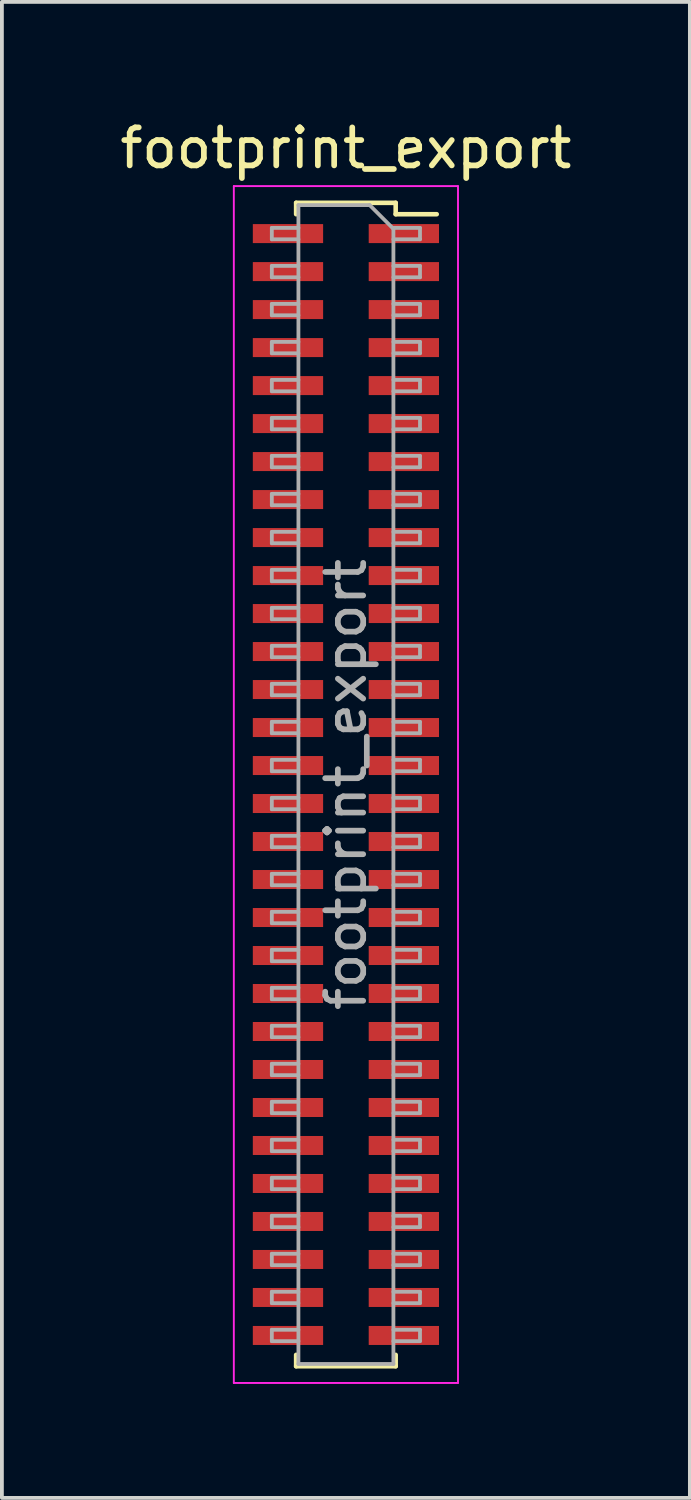
<source format=kicad_pcb>
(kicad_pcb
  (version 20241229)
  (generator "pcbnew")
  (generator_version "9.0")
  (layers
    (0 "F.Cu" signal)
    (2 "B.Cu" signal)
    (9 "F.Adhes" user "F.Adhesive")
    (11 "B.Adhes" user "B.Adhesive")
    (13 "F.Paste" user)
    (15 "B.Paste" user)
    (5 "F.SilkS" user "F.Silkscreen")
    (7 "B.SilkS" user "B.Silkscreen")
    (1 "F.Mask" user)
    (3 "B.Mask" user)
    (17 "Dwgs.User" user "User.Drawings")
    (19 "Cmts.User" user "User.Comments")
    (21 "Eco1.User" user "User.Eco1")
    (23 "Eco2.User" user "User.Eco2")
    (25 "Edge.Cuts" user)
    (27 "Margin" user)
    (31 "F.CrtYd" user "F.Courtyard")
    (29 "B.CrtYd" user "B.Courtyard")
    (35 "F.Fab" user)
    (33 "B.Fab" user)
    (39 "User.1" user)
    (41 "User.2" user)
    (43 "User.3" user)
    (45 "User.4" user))
  (footprint "footprint_export"
    (layer "F.Cu")
    (at 6.054 17.598)
    (property "Reference" "footprint_export" (at 0 -16.75 0) (layer "F.SilkS") (effects (font (size 1 1) (thickness 0.15))))
    (attr smd)
    (fp_line (start -1.31 -15.31) (end -1.31 -15.01) (stroke (width 0.12) (type solid)) (layer "F.SilkS"))
    (fp_line (start -1.31 -15.31) (end 1.31 -15.31) (stroke (width 0.12) (type solid)) (layer "F.SilkS"))
    (fp_line (start -1.31 15.01) (end -1.31 15.31) (stroke (width 0.12) (type solid)) (layer "F.SilkS"))
    (fp_line (start -1.31 15.31) (end 1.31 15.31) (stroke (width 0.12) (type solid)) (layer "F.SilkS"))
    (fp_line (start 1.31 -15.31) (end 1.31 -15.01) (stroke (width 0.12) (type solid)) (layer "F.SilkS"))
    (fp_line (start 1.31 -15.01) (end 2.39 -15.01) (stroke (width 0.12) (type solid)) (layer "F.SilkS"))
    (fp_line (start 1.31 15.01) (end 1.31 15.31) (stroke (width 0.12) (type solid)) (layer "F.SilkS"))
    (fp_line (start -2.95 -15.75) (end 2.95 -15.75) (stroke (width 0.05) (type solid)) (layer "F.CrtYd"))
    (fp_line (start -2.95 15.75) (end -2.95 -15.75) (stroke (width 0.05) (type solid)) (layer "F.CrtYd"))
    (fp_line (start 2.95 -15.75) (end 2.95 15.75) (stroke (width 0.05) (type solid)) (layer "F.CrtYd"))
    (fp_line (start 2.95 15.75) (end -2.95 15.75) (stroke (width 0.05) (type solid)) (layer "F.CrtYd"))
    (fp_line (start -1.95 -14.65) (end -1.25 -14.65) (stroke (width 0.1) (type solid)) (layer "F.Fab"))
    (fp_line (start -1.95 -14.35) (end -1.95 -14.65) (stroke (width 0.1) (type solid)) (layer "F.Fab"))
    (fp_line (start -1.95 -13.65) (end -1.25 -13.65) (stroke (width 0.1) (type solid)) (layer "F.Fab"))
    (fp_line (start -1.95 -13.35) (end -1.95 -13.65) (stroke (width 0.1) (type solid)) (layer "F.Fab"))
    (fp_line (start -1.95 -12.65) (end -1.25 -12.65) (stroke (width 0.1) (type solid)) (layer "F.Fab"))
    (fp_line (start -1.95 -12.35) (end -1.95 -12.65) (stroke (width 0.1) (type solid)) (layer "F.Fab"))
    (fp_line (start -1.95 -11.65) (end -1.25 -11.65) (stroke (width 0.1) (type solid)) (layer "F.Fab"))
    (fp_line (start -1.95 -11.35) (end -1.95 -11.65) (stroke (width 0.1) (type solid)) (layer "F.Fab"))
    (fp_line (start -1.95 -10.65) (end -1.25 -10.65) (stroke (width 0.1) (type solid)) (layer "F.Fab"))
    (fp_line (start -1.95 -10.35) (end -1.95 -10.65) (stroke (width 0.1) (type solid)) (layer "F.Fab"))
    (fp_line (start -1.95 -9.65) (end -1.25 -9.65) (stroke (width 0.1) (type solid)) (layer "F.Fab"))
    (fp_line (start -1.95 -9.35) (end -1.95 -9.65) (stroke (width 0.1) (type solid)) (layer "F.Fab"))
    (fp_line (start -1.95 -8.65) (end -1.25 -8.65) (stroke (width 0.1) (type solid)) (layer "F.Fab"))
    (fp_line (start -1.95 -8.35) (end -1.95 -8.65) (stroke (width 0.1) (type solid)) (layer "F.Fab"))
    (fp_line (start -1.95 -7.65) (end -1.25 -7.65) (stroke (width 0.1) (type solid)) (layer "F.Fab"))
    (fp_line (start -1.95 -7.35) (end -1.95 -7.65) (stroke (width 0.1) (type solid)) (layer "F.Fab"))
    (fp_line (start -1.95 -6.65) (end -1.25 -6.65) (stroke (width 0.1) (type solid)) (layer "F.Fab"))
    (fp_line (start -1.95 -6.35) (end -1.95 -6.65) (stroke (width 0.1) (type solid)) (layer "F.Fab"))
    (fp_line (start -1.95 -5.65) (end -1.25 -5.65) (stroke (width 0.1) (type solid)) (layer "F.Fab"))
    (fp_line (start -1.95 -5.35) (end -1.95 -5.65) (stroke (width 0.1) (type solid)) (layer "F.Fab"))
    (fp_line (start -1.95 -4.65) (end -1.25 -4.65) (stroke (width 0.1) (type solid)) (layer "F.Fab"))
    (fp_line (start -1.95 -4.35) (end -1.95 -4.65) (stroke (width 0.1) (type solid)) (layer "F.Fab"))
    (fp_line (start -1.95 -3.65) (end -1.25 -3.65) (stroke (width 0.1) (type solid)) (layer "F.Fab"))
    (fp_line (start -1.95 -3.35) (end -1.95 -3.65) (stroke (width 0.1) (type solid)) (layer "F.Fab"))
    (fp_line (start -1.95 -2.65) (end -1.25 -2.65) (stroke (width 0.1) (type solid)) (layer "F.Fab"))
    (fp_line (start -1.95 -2.35) (end -1.95 -2.65) (stroke (width 0.1) (type solid)) (layer "F.Fab"))
    (fp_line (start -1.95 -1.65) (end -1.25 -1.65) (stroke (width 0.1) (type solid)) (layer "F.Fab"))
    (fp_line (start -1.95 -1.35) (end -1.95 -1.65) (stroke (width 0.1) (type solid)) (layer "F.Fab"))
    (fp_line (start -1.95 -0.65) (end -1.25 -0.65) (stroke (width 0.1) (type solid)) (layer "F.Fab"))
    (fp_line (start -1.95 -0.35) (end -1.95 -0.65) (stroke (width 0.1) (type solid)) (layer "F.Fab"))
    (fp_line (start -1.95 0.35) (end -1.25 0.35) (stroke (width 0.1) (type solid)) (layer "F.Fab"))
    (fp_line (start -1.95 0.65) (end -1.95 0.35) (stroke (width 0.1) (type solid)) (layer "F.Fab"))
    (fp_line (start -1.95 1.35) (end -1.25 1.35) (stroke (width 0.1) (type solid)) (layer "F.Fab"))
    (fp_line (start -1.95 1.65) (end -1.95 1.35) (stroke (width 0.1) (type solid)) (layer "F.Fab"))
    (fp_line (start -1.95 2.35) (end -1.25 2.35) (stroke (width 0.1) (type solid)) (layer "F.Fab"))
    (fp_line (start -1.95 2.65) (end -1.95 2.35) (stroke (width 0.1) (type solid)) (layer "F.Fab"))
    (fp_line (start -1.95 3.35) (end -1.25 3.35) (stroke (width 0.1) (type solid)) (layer "F.Fab"))
    (fp_line (start -1.95 3.65) (end -1.95 3.35) (stroke (width 0.1) (type solid)) (layer "F.Fab"))
    (fp_line (start -1.95 4.35) (end -1.25 4.35) (stroke (width 0.1) (type solid)) (layer "F.Fab"))
    (fp_line (start -1.95 4.65) (end -1.95 4.35) (stroke (width 0.1) (type solid)) (layer "F.Fab"))
    (fp_line (start -1.95 5.35) (end -1.25 5.35) (stroke (width 0.1) (type solid)) (layer "F.Fab"))
    (fp_line (start -1.95 5.65) (end -1.95 5.35) (stroke (width 0.1) (type solid)) (layer "F.Fab"))
    (fp_line (start -1.95 6.35) (end -1.25 6.35) (stroke (width 0.1) (type solid)) (layer "F.Fab"))
    (fp_line (start -1.95 6.65) (end -1.95 6.35) (stroke (width 0.1) (type solid)) (layer "F.Fab"))
    (fp_line (start -1.95 7.35) (end -1.25 7.35) (stroke (width 0.1) (type solid)) (layer "F.Fab"))
    (fp_line (start -1.95 7.65) (end -1.95 7.35) (stroke (width 0.1) (type solid)) (layer "F.Fab"))
    (fp_line (start -1.95 8.35) (end -1.25 8.35) (stroke (width 0.1) (type solid)) (layer "F.Fab"))
    (fp_line (start -1.95 8.65) (end -1.95 8.35) (stroke (width 0.1) (type solid)) (layer "F.Fab"))
    (fp_line (start -1.95 9.35) (end -1.25 9.35) (stroke (width 0.1) (type solid)) (layer "F.Fab"))
    (fp_line (start -1.95 9.65) (end -1.95 9.35) (stroke (width 0.1) (type solid)) (layer "F.Fab"))
    (fp_line (start -1.95 10.35) (end -1.25 10.35) (stroke (width 0.1) (type solid)) (layer "F.Fab"))
    (fp_line (start -1.95 10.65) (end -1.95 10.35) (stroke (width 0.1) (type solid)) (layer "F.Fab"))
    (fp_line (start -1.95 11.35) (end -1.25 11.35) (stroke (width 0.1) (type solid)) (layer "F.Fab"))
    (fp_line (start -1.95 11.65) (end -1.95 11.35) (stroke (width 0.1) (type solid)) (layer "F.Fab"))
    (fp_line (start -1.95 12.35) (end -1.25 12.35) (stroke (width 0.1) (type solid)) (layer "F.Fab"))
    (fp_line (start -1.95 12.65) (end -1.95 12.35) (stroke (width 0.1) (type solid)) (layer "F.Fab"))
    (fp_line (start -1.95 13.35) (end -1.25 13.35) (stroke (width 0.1) (type solid)) (layer "F.Fab"))
    (fp_line (start -1.95 13.65) (end -1.95 13.35) (stroke (width 0.1) (type solid)) (layer "F.Fab"))
    (fp_line (start -1.95 14.35) (end -1.25 14.35) (stroke (width 0.1) (type solid)) (layer "F.Fab"))
    (fp_line (start -1.95 14.65) (end -1.95 14.35) (stroke (width 0.1) (type solid)) (layer "F.Fab"))
    (fp_line (start -1.25 -15.25) (end 0.625 -15.25) (stroke (width 0.1) (type solid)) (layer "F.Fab"))
    (fp_line (start -1.25 -14.35) (end -1.95 -14.35) (stroke (width 0.1) (type solid)) (layer "F.Fab"))
    (fp_line (start -1.25 -13.35) (end -1.95 -13.35) (stroke (width 0.1) (type solid)) (layer "F.Fab"))
    (fp_line (start -1.25 -12.35) (end -1.95 -12.35) (stroke (width 0.1) (type solid)) (layer "F.Fab"))
    (fp_line (start -1.25 -11.35) (end -1.95 -11.35) (stroke (width 0.1) (type solid)) (layer "F.Fab"))
    (fp_line (start -1.25 -10.35) (end -1.95 -10.35) (stroke (width 0.1) (type solid)) (layer "F.Fab"))
    (fp_line (start -1.25 -9.35) (end -1.95 -9.35) (stroke (width 0.1) (type solid)) (layer "F.Fab"))
    (fp_line (start -1.25 -8.35) (end -1.95 -8.35) (stroke (width 0.1) (type solid)) (layer "F.Fab"))
    (fp_line (start -1.25 -7.35) (end -1.95 -7.35) (stroke (width 0.1) (type solid)) (layer "F.Fab"))
    (fp_line (start -1.25 -6.35) (end -1.95 -6.35) (stroke (width 0.1) (type solid)) (layer "F.Fab"))
    (fp_line (start -1.25 -5.35) (end -1.95 -5.35) (stroke (width 0.1) (type solid)) (layer "F.Fab"))
    (fp_line (start -1.25 -4.35) (end -1.95 -4.35) (stroke (width 0.1) (type solid)) (layer "F.Fab"))
    (fp_line (start -1.25 -3.35) (end -1.95 -3.35) (stroke (width 0.1) (type solid)) (layer "F.Fab"))
    (fp_line (start -1.25 -2.35) (end -1.95 -2.35) (stroke (width 0.1) (type solid)) (layer "F.Fab"))
    (fp_line (start -1.25 -1.35) (end -1.95 -1.35) (stroke (width 0.1) (type solid)) (layer "F.Fab"))
    (fp_line (start -1.25 -0.35) (end -1.95 -0.35) (stroke (width 0.1) (type solid)) (layer "F.Fab"))
    (fp_line (start -1.25 0.65) (end -1.95 0.65) (stroke (width 0.1) (type solid)) (layer "F.Fab"))
    (fp_line (start -1.25 1.65) (end -1.95 1.65) (stroke (width 0.1) (type solid)) (layer "F.Fab"))
    (fp_line (start -1.25 2.65) (end -1.95 2.65) (stroke (width 0.1) (type solid)) (layer "F.Fab"))
    (fp_line (start -1.25 3.65) (end -1.95 3.65) (stroke (width 0.1) (type solid)) (layer "F.Fab"))
    (fp_line (start -1.25 4.65) (end -1.95 4.65) (stroke (width 0.1) (type solid)) (layer "F.Fab"))
    (fp_line (start -1.25 5.65) (end -1.95 5.65) (stroke (width 0.1) (type solid)) (layer "F.Fab"))
    (fp_line (start -1.25 6.65) (end -1.95 6.65) (stroke (width 0.1) (type solid)) (layer "F.Fab"))
    (fp_line (start -1.25 7.65) (end -1.95 7.65) (stroke (width 0.1) (type solid)) (layer "F.Fab"))
    (fp_line (start -1.25 8.65) (end -1.95 8.65) (stroke (width 0.1) (type solid)) (layer "F.Fab"))
    (fp_line (start -1.25 9.65) (end -1.95 9.65) (stroke (width 0.1) (type solid)) (layer "F.Fab"))
    (fp_line (start -1.25 10.65) (end -1.95 10.65) (stroke (width 0.1) (type solid)) (layer "F.Fab"))
    (fp_line (start -1.25 11.65) (end -1.95 11.65) (stroke (width 0.1) (type solid)) (layer "F.Fab"))
    (fp_line (start -1.25 12.65) (end -1.95 12.65) (stroke (width 0.1) (type solid)) (layer "F.Fab"))
    (fp_line (start -1.25 13.65) (end -1.95 13.65) (stroke (width 0.1) (type solid)) (layer "F.Fab"))
    (fp_line (start -1.25 14.65) (end -1.95 14.65) (stroke (width 0.1) (type solid)) (layer "F.Fab"))
    (fp_line (start -1.25 15.25) (end -1.25 -15.25) (stroke (width 0.1) (type solid)) (layer "F.Fab"))
    (fp_line (start 0.625 -15.25) (end 1.25 -14.625) (stroke (width 0.1) (type solid)) (layer "F.Fab"))
    (fp_line (start 1.25 -14.65) (end 1.95 -14.65) (stroke (width 0.1) (type solid)) (layer "F.Fab"))
    (fp_line (start 1.25 -14.625) (end 1.25 15.25) (stroke (width 0.1) (type solid)) (layer "F.Fab"))
    (fp_line (start 1.25 -13.65) (end 1.95 -13.65) (stroke (width 0.1) (type solid)) (layer "F.Fab"))
    (fp_line (start 1.25 -12.65) (end 1.95 -12.65) (stroke (width 0.1) (type solid)) (layer "F.Fab"))
    (fp_line (start 1.25 -11.65) (end 1.95 -11.65) (stroke (width 0.1) (type solid)) (layer "F.Fab"))
    (fp_line (start 1.25 -10.65) (end 1.95 -10.65) (stroke (width 0.1) (type solid)) (layer "F.Fab"))
    (fp_line (start 1.25 -9.65) (end 1.95 -9.65) (stroke (width 0.1) (type solid)) (layer "F.Fab"))
    (fp_line (start 1.25 -8.65) (end 1.95 -8.65) (stroke (width 0.1) (type solid)) (layer "F.Fab"))
    (fp_line (start 1.25 -7.65) (end 1.95 -7.65) (stroke (width 0.1) (type solid)) (layer "F.Fab"))
    (fp_line (start 1.25 -6.65) (end 1.95 -6.65) (stroke (width 0.1) (type solid)) (layer "F.Fab"))
    (fp_line (start 1.25 -5.65) (end 1.95 -5.65) (stroke (width 0.1) (type solid)) (layer "F.Fab"))
    (fp_line (start 1.25 -4.65) (end 1.95 -4.65) (stroke (width 0.1) (type solid)) (layer "F.Fab"))
    (fp_line (start 1.25 -3.65) (end 1.95 -3.65) (stroke (width 0.1) (type solid)) (layer "F.Fab"))
    (fp_line (start 1.25 -2.65) (end 1.95 -2.65) (stroke (width 0.1) (type solid)) (layer "F.Fab"))
    (fp_line (start 1.25 -1.65) (end 1.95 -1.65) (stroke (width 0.1) (type solid)) (layer "F.Fab"))
    (fp_line (start 1.25 -0.65) (end 1.95 -0.65) (stroke (width 0.1) (type solid)) (layer "F.Fab"))
    (fp_line (start 1.25 0.35) (end 1.95 0.35) (stroke (width 0.1) (type solid)) (layer "F.Fab"))
    (fp_line (start 1.25 1.35) (end 1.95 1.35) (stroke (width 0.1) (type solid)) (layer "F.Fab"))
    (fp_line (start 1.25 2.35) (end 1.95 2.35) (stroke (width 0.1) (type solid)) (layer "F.Fab"))
    (fp_line (start 1.25 3.35) (end 1.95 3.35) (stroke (width 0.1) (type solid)) (layer "F.Fab"))
    (fp_line (start 1.25 4.35) (end 1.95 4.35) (stroke (width 0.1) (type solid)) (layer "F.Fab"))
    (fp_line (start 1.25 5.35) (end 1.95 5.35) (stroke (width 0.1) (type solid)) (layer "F.Fab"))
    (fp_line (start 1.25 6.35) (end 1.95 6.35) (stroke (width 0.1) (type solid)) (layer "F.Fab"))
    (fp_line (start 1.25 7.35) (end 1.95 7.35) (stroke (width 0.1) (type solid)) (layer "F.Fab"))
    (fp_line (start 1.25 8.35) (end 1.95 8.35) (stroke (width 0.1) (type solid)) (layer "F.Fab"))
    (fp_line (start 1.25 9.35) (end 1.95 9.35) (stroke (width 0.1) (type solid)) (layer "F.Fab"))
    (fp_line (start 1.25 10.35) (end 1.95 10.35) (stroke (width 0.1) (type solid)) (layer "F.Fab"))
    (fp_line (start 1.25 11.35) (end 1.95 11.35) (stroke (width 0.1) (type solid)) (layer "F.Fab"))
    (fp_line (start 1.25 12.35) (end 1.95 12.35) (stroke (width 0.1) (type solid)) (layer "F.Fab"))
    (fp_line (start 1.25 13.35) (end 1.95 13.35) (stroke (width 0.1) (type solid)) (layer "F.Fab"))
    (fp_line (start 1.25 14.35) (end 1.95 14.35) (stroke (width 0.1) (type solid)) (layer "F.Fab"))
    (fp_line (start 1.25 15.25) (end -1.25 15.25) (stroke (width 0.1) (type solid)) (layer "F.Fab"))
    (fp_line (start 1.95 -14.65) (end 1.95 -14.35) (stroke (width 0.1) (type solid)) (layer "F.Fab"))
    (fp_line (start 1.95 -14.35) (end 1.25 -14.35) (stroke (width 0.1) (type solid)) (layer "F.Fab"))
    (fp_line (start 1.95 -13.65) (end 1.95 -13.35) (stroke (width 0.1) (type solid)) (layer "F.Fab"))
    (fp_line (start 1.95 -13.35) (end 1.25 -13.35) (stroke (width 0.1) (type solid)) (layer "F.Fab"))
    (fp_line (start 1.95 -12.65) (end 1.95 -12.35) (stroke (width 0.1) (type solid)) (layer "F.Fab"))
    (fp_line (start 1.95 -12.35) (end 1.25 -12.35) (stroke (width 0.1) (type solid)) (layer "F.Fab"))
    (fp_line (start 1.95 -11.65) (end 1.95 -11.35) (stroke (width 0.1) (type solid)) (layer "F.Fab"))
    (fp_line (start 1.95 -11.35) (end 1.25 -11.35) (stroke (width 0.1) (type solid)) (layer "F.Fab"))
    (fp_line (start 1.95 -10.65) (end 1.95 -10.35) (stroke (width 0.1) (type solid)) (layer "F.Fab"))
    (fp_line (start 1.95 -10.35) (end 1.25 -10.35) (stroke (width 0.1) (type solid)) (layer "F.Fab"))
    (fp_line (start 1.95 -9.65) (end 1.95 -9.35) (stroke (width 0.1) (type solid)) (layer "F.Fab"))
    (fp_line (start 1.95 -9.35) (end 1.25 -9.35) (stroke (width 0.1) (type solid)) (layer "F.Fab"))
    (fp_line (start 1.95 -8.65) (end 1.95 -8.35) (stroke (width 0.1) (type solid)) (layer "F.Fab"))
    (fp_line (start 1.95 -8.35) (end 1.25 -8.35) (stroke (width 0.1) (type solid)) (layer "F.Fab"))
    (fp_line (start 1.95 -7.65) (end 1.95 -7.35) (stroke (width 0.1) (type solid)) (layer "F.Fab"))
    (fp_line (start 1.95 -7.35) (end 1.25 -7.35) (stroke (width 0.1) (type solid)) (layer "F.Fab"))
    (fp_line (start 1.95 -6.65) (end 1.95 -6.35) (stroke (width 0.1) (type solid)) (layer "F.Fab"))
    (fp_line (start 1.95 -6.35) (end 1.25 -6.35) (stroke (width 0.1) (type solid)) (layer "F.Fab"))
    (fp_line (start 1.95 -5.65) (end 1.95 -5.35) (stroke (width 0.1) (type solid)) (layer "F.Fab"))
    (fp_line (start 1.95 -5.35) (end 1.25 -5.35) (stroke (width 0.1) (type solid)) (layer "F.Fab"))
    (fp_line (start 1.95 -4.65) (end 1.95 -4.35) (stroke (width 0.1) (type solid)) (layer "F.Fab"))
    (fp_line (start 1.95 -4.35) (end 1.25 -4.35) (stroke (width 0.1) (type solid)) (layer "F.Fab"))
    (fp_line (start 1.95 -3.65) (end 1.95 -3.35) (stroke (width 0.1) (type solid)) (layer "F.Fab"))
    (fp_line (start 1.95 -3.35) (end 1.25 -3.35) (stroke (width 0.1) (type solid)) (layer "F.Fab"))
    (fp_line (start 1.95 -2.65) (end 1.95 -2.35) (stroke (width 0.1) (type solid)) (layer "F.Fab"))
    (fp_line (start 1.95 -2.35) (end 1.25 -2.35) (stroke (width 0.1) (type solid)) (layer "F.Fab"))
    (fp_line (start 1.95 -1.65) (end 1.95 -1.35) (stroke (width 0.1) (type solid)) (layer "F.Fab"))
    (fp_line (start 1.95 -1.35) (end 1.25 -1.35) (stroke (width 0.1) (type solid)) (layer "F.Fab"))
    (fp_line (start 1.95 -0.65) (end 1.95 -0.35) (stroke (width 0.1) (type solid)) (layer "F.Fab"))
    (fp_line (start 1.95 -0.35) (end 1.25 -0.35) (stroke (width 0.1) (type solid)) (layer "F.Fab"))
    (fp_line (start 1.95 0.35) (end 1.95 0.65) (stroke (width 0.1) (type solid)) (layer "F.Fab"))
    (fp_line (start 1.95 0.65) (end 1.25 0.65) (stroke (width 0.1) (type solid)) (layer "F.Fab"))
    (fp_line (start 1.95 1.35) (end 1.95 1.65) (stroke (width 0.1) (type solid)) (layer "F.Fab"))
    (fp_line (start 1.95 1.65) (end 1.25 1.65) (stroke (width 0.1) (type solid)) (layer "F.Fab"))
    (fp_line (start 1.95 2.35) (end 1.95 2.65) (stroke (width 0.1) (type solid)) (layer "F.Fab"))
    (fp_line (start 1.95 2.65) (end 1.25 2.65) (stroke (width 0.1) (type solid)) (layer "F.Fab"))
    (fp_line (start 1.95 3.35) (end 1.95 3.65) (stroke (width 0.1) (type solid)) (layer "F.Fab"))
    (fp_line (start 1.95 3.65) (end 1.25 3.65) (stroke (width 0.1) (type solid)) (layer "F.Fab"))
    (fp_line (start 1.95 4.35) (end 1.95 4.65) (stroke (width 0.1) (type solid)) (layer "F.Fab"))
    (fp_line (start 1.95 4.65) (end 1.25 4.65) (stroke (width 0.1) (type solid)) (layer "F.Fab"))
    (fp_line (start 1.95 5.35) (end 1.95 5.65) (stroke (width 0.1) (type solid)) (layer "F.Fab"))
    (fp_line (start 1.95 5.65) (end 1.25 5.65) (stroke (width 0.1) (type solid)) (layer "F.Fab"))
    (fp_line (start 1.95 6.35) (end 1.95 6.65) (stroke (width 0.1) (type solid)) (layer "F.Fab"))
    (fp_line (start 1.95 6.65) (end 1.25 6.65) (stroke (width 0.1) (type solid)) (layer "F.Fab"))
    (fp_line (start 1.95 7.35) (end 1.95 7.65) (stroke (width 0.1) (type solid)) (layer "F.Fab"))
    (fp_line (start 1.95 7.65) (end 1.25 7.65) (stroke (width 0.1) (type solid)) (layer "F.Fab"))
    (fp_line (start 1.95 8.35) (end 1.95 8.65) (stroke (width 0.1) (type solid)) (layer "F.Fab"))
    (fp_line (start 1.95 8.65) (end 1.25 8.65) (stroke (width 0.1) (type solid)) (layer "F.Fab"))
    (fp_line (start 1.95 9.35) (end 1.95 9.65) (stroke (width 0.1) (type solid)) (layer "F.Fab"))
    (fp_line (start 1.95 9.65) (end 1.25 9.65) (stroke (width 0.1) (type solid)) (layer "F.Fab"))
    (fp_line (start 1.95 10.35) (end 1.95 10.65) (stroke (width 0.1) (type solid)) (layer "F.Fab"))
    (fp_line (start 1.95 10.65) (end 1.25 10.65) (stroke (width 0.1) (type solid)) (layer "F.Fab"))
    (fp_line (start 1.95 11.35) (end 1.95 11.65) (stroke (width 0.1) (type solid)) (layer "F.Fab"))
    (fp_line (start 1.95 11.65) (end 1.25 11.65) (stroke (width 0.1) (type solid)) (layer "F.Fab"))
    (fp_line (start 1.95 12.35) (end 1.95 12.65) (stroke (width 0.1) (type solid)) (layer "F.Fab"))
    (fp_line (start 1.95 12.65) (end 1.25 12.65) (stroke (width 0.1) (type solid)) (layer "F.Fab"))
    (fp_line (start 1.95 13.35) (end 1.95 13.65) (stroke (width 0.1) (type solid)) (layer "F.Fab"))
    (fp_line (start 1.95 13.65) (end 1.25 13.65) (stroke (width 0.1) (type solid)) (layer "F.Fab"))
    (fp_line (start 1.95 14.35) (end 1.95 14.65) (stroke (width 0.1) (type solid)) (layer "F.Fab"))
    (fp_line (start 1.95 14.65) (end 1.25 14.65) (stroke (width 0.1) (type solid)) (layer "F.Fab"))
    (fp_text user "${REFERENCE}" (at 0 0 90) (layer "F.Fab") (effects (font (size 1 1) (thickness 0.15))))
    (pad "1" smd rect (at 1.525 -14.5) (size 1.85 0.5) (layers "F.Cu" "F.Mask" "F.Paste"))
    (pad "2" smd rect (at -1.525 -14.5) (size 1.85 0.5) (layers "F.Cu" "F.Mask" "F.Paste"))
    (pad "3" smd rect (at 1.525 -13.5) (size 1.85 0.5) (layers "F.Cu" "F.Mask" "F.Paste"))
    (pad "4" smd rect (at -1.525 -13.5) (size 1.85 0.5) (layers "F.Cu" "F.Mask" "F.Paste"))
    (pad "5" smd rect (at 1.525 -12.5) (size 1.85 0.5) (layers "F.Cu" "F.Mask" "F.Paste"))
    (pad "6" smd rect (at -1.525 -12.5) (size 1.85 0.5) (layers "F.Cu" "F.Mask" "F.Paste"))
    (pad "7" smd rect (at 1.525 -11.5) (size 1.85 0.5) (layers "F.Cu" "F.Mask" "F.Paste"))
    (pad "8" smd rect (at -1.525 -11.5) (size 1.85 0.5) (layers "F.Cu" "F.Mask" "F.Paste"))
    (pad "9" smd rect (at 1.525 -10.5) (size 1.85 0.5) (layers "F.Cu" "F.Mask" "F.Paste"))
    (pad "10" smd rect (at -1.525 -10.5) (size 1.85 0.5) (layers "F.Cu" "F.Mask" "F.Paste"))
    (pad "11" smd rect (at 1.525 -9.5) (size 1.85 0.5) (layers "F.Cu" "F.Mask" "F.Paste"))
    (pad "12" smd rect (at -1.525 -9.5) (size 1.85 0.5) (layers "F.Cu" "F.Mask" "F.Paste"))
    (pad "13" smd rect (at 1.525 -8.5) (size 1.85 0.5) (layers "F.Cu" "F.Mask" "F.Paste"))
    (pad "14" smd rect (at -1.525 -8.5) (size 1.85 0.5) (layers "F.Cu" "F.Mask" "F.Paste"))
    (pad "15" smd rect (at 1.525 -7.5) (size 1.85 0.5) (layers "F.Cu" "F.Mask" "F.Paste"))
    (pad "16" smd rect (at -1.525 -7.5) (size 1.85 0.5) (layers "F.Cu" "F.Mask" "F.Paste"))
    (pad "17" smd rect (at 1.525 -6.5) (size 1.85 0.5) (layers "F.Cu" "F.Mask" "F.Paste"))
    (pad "18" smd rect (at -1.525 -6.5) (size 1.85 0.5) (layers "F.Cu" "F.Mask" "F.Paste"))
    (pad "19" smd rect (at 1.525 -5.5) (size 1.85 0.5) (layers "F.Cu" "F.Mask" "F.Paste"))
    (pad "20" smd rect (at -1.525 -5.5) (size 1.85 0.5) (layers "F.Cu" "F.Mask" "F.Paste"))
    (pad "21" smd rect (at 1.525 -4.5) (size 1.85 0.5) (layers "F.Cu" "F.Mask" "F.Paste"))
    (pad "22" smd rect (at -1.525 -4.5) (size 1.85 0.5) (layers "F.Cu" "F.Mask" "F.Paste"))
    (pad "23" smd rect (at 1.525 -3.5) (size 1.85 0.5) (layers "F.Cu" "F.Mask" "F.Paste"))
    (pad "24" smd rect (at -1.525 -3.5) (size 1.85 0.5) (layers "F.Cu" "F.Mask" "F.Paste"))
    (pad "25" smd rect (at 1.525 -2.5) (size 1.85 0.5) (layers "F.Cu" "F.Mask" "F.Paste"))
    (pad "26" smd rect (at -1.525 -2.5) (size 1.85 0.5) (layers "F.Cu" "F.Mask" "F.Paste"))
    (pad "27" smd rect (at 1.525 -1.5) (size 1.85 0.5) (layers "F.Cu" "F.Mask" "F.Paste"))
    (pad "28" smd rect (at -1.525 -1.5) (size 1.85 0.5) (layers "F.Cu" "F.Mask" "F.Paste"))
    (pad "29" smd rect (at 1.525 -0.5) (size 1.85 0.5) (layers "F.Cu" "F.Mask" "F.Paste"))
    (pad "30" smd rect (at -1.525 -0.5) (size 1.85 0.5) (layers "F.Cu" "F.Mask" "F.Paste"))
    (pad "31" smd rect (at 1.525 0.5) (size 1.85 0.5) (layers "F.Cu" "F.Mask" "F.Paste"))
    (pad "32" smd rect (at -1.525 0.5) (size 1.85 0.5) (layers "F.Cu" "F.Mask" "F.Paste"))
    (pad "33" smd rect (at 1.525 1.5) (size 1.85 0.5) (layers "F.Cu" "F.Mask" "F.Paste"))
    (pad "34" smd rect (at -1.525 1.5) (size 1.85 0.5) (layers "F.Cu" "F.Mask" "F.Paste"))
    (pad "35" smd rect (at 1.525 2.5) (size 1.85 0.5) (layers "F.Cu" "F.Mask" "F.Paste"))
    (pad "36" smd rect (at -1.525 2.5) (size 1.85 0.5) (layers "F.Cu" "F.Mask" "F.Paste"))
    (pad "37" smd rect (at 1.525 3.5) (size 1.85 0.5) (layers "F.Cu" "F.Mask" "F.Paste"))
    (pad "38" smd rect (at -1.525 3.5) (size 1.85 0.5) (layers "F.Cu" "F.Mask" "F.Paste"))
    (pad "39" smd rect (at 1.525 4.5) (size 1.85 0.5) (layers "F.Cu" "F.Mask" "F.Paste"))
    (pad "40" smd rect (at -1.525 4.5) (size 1.85 0.5) (layers "F.Cu" "F.Mask" "F.Paste"))
    (pad "41" smd rect (at 1.525 5.5) (size 1.85 0.5) (layers "F.Cu" "F.Mask" "F.Paste"))
    (pad "42" smd rect (at -1.525 5.5) (size 1.85 0.5) (layers "F.Cu" "F.Mask" "F.Paste"))
    (pad "43" smd rect (at 1.525 6.5) (size 1.85 0.5) (layers "F.Cu" "F.Mask" "F.Paste"))
    (pad "44" smd rect (at -1.525 6.5) (size 1.85 0.5) (layers "F.Cu" "F.Mask" "F.Paste"))
    (pad "45" smd rect (at 1.525 7.5) (size 1.85 0.5) (layers "F.Cu" "F.Mask" "F.Paste"))
    (pad "46" smd rect (at -1.525 7.5) (size 1.85 0.5) (layers "F.Cu" "F.Mask" "F.Paste"))
    (pad "47" smd rect (at 1.525 8.5) (size 1.85 0.5) (layers "F.Cu" "F.Mask" "F.Paste"))
    (pad "48" smd rect (at -1.525 8.5) (size 1.85 0.5) (layers "F.Cu" "F.Mask" "F.Paste"))
    (pad "49" smd rect (at 1.525 9.5) (size 1.85 0.5) (layers "F.Cu" "F.Mask" "F.Paste"))
    (pad "50" smd rect (at -1.525 9.5) (size 1.85 0.5) (layers "F.Cu" "F.Mask" "F.Paste"))
    (pad "51" smd rect (at 1.525 10.5) (size 1.85 0.5) (layers "F.Cu" "F.Mask" "F.Paste"))
    (pad "52" smd rect (at -1.525 10.5) (size 1.85 0.5) (layers "F.Cu" "F.Mask" "F.Paste"))
    (pad "53" smd rect (at 1.525 11.5) (size 1.85 0.5) (layers "F.Cu" "F.Mask" "F.Paste"))
    (pad "54" smd rect (at -1.525 11.5) (size 1.85 0.5) (layers "F.Cu" "F.Mask" "F.Paste"))
    (pad "55" smd rect (at 1.525 12.5) (size 1.85 0.5) (layers "F.Cu" "F.Mask" "F.Paste"))
    (pad "56" smd rect (at -1.525 12.5) (size 1.85 0.5) (layers "F.Cu" "F.Mask" "F.Paste"))
    (pad "57" smd rect (at 1.525 13.5) (size 1.85 0.5) (layers "F.Cu" "F.Mask" "F.Paste"))
    (pad "58" smd rect (at -1.525 13.5) (size 1.85 0.5) (layers "F.Cu" "F.Mask" "F.Paste"))
    (pad "59" smd rect (at 1.525 14.5) (size 1.85 0.5) (layers "F.Cu" "F.Mask" "F.Paste"))
    (pad "60" smd rect (at -1.525 14.5) (size 1.85 0.5) (layers "F.Cu" "F.Mask" "F.Paste")))
  (gr_rect
    (start -3 -3)
    (end 15.107 36.373)
    (stroke (width 0.1) (type default))
    (fill no)
    (layer "Edge.Cuts")))
</source>
